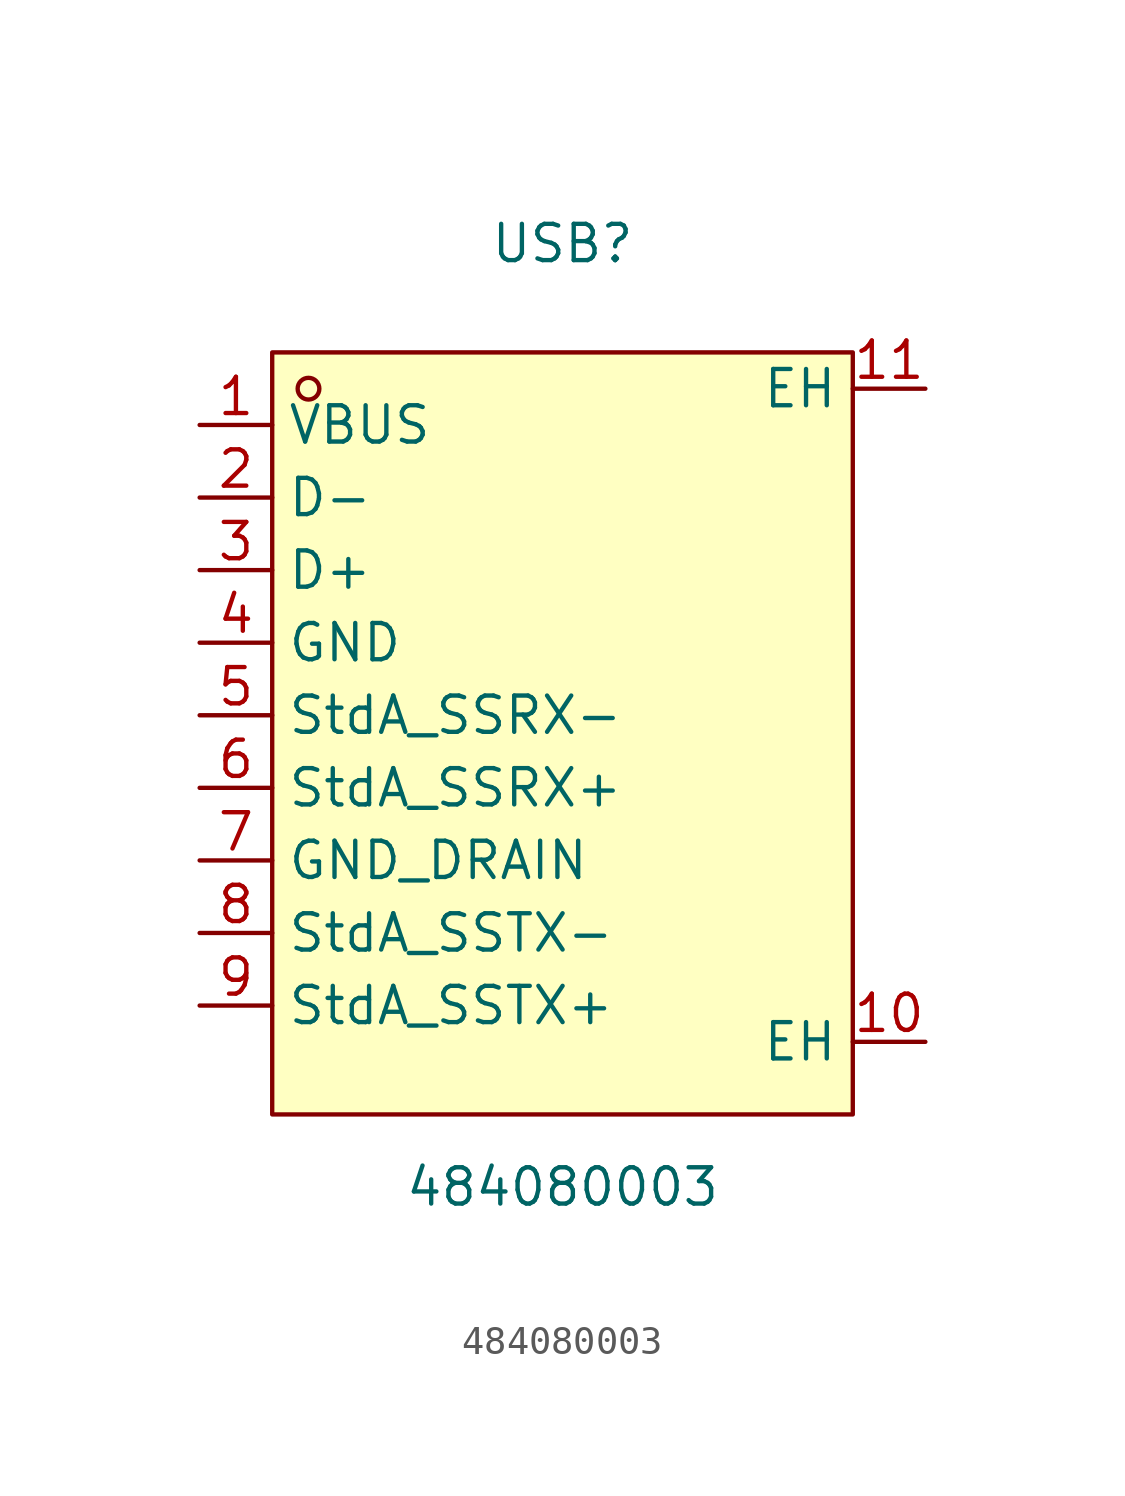
<source format=kicad_sym>
(kicad_symbol_lib
  (version 20211014)
  (generator https://github.com/uPesy/easyeda2kicad.py)
  (symbol "484080003"
    (property "Reference" "USB"
      (at 0 17.78 0)
      (effects (font (size 1.27 1.27))))
    (property "Value" "484080003"
      (at 0 -15.24 0)
      (effects (font (size 1.27 1.27))))
    (symbol "484080003_0_1"
      (rectangle (start -10.16 13.97) (end 10.16 -12.70) (stroke (width 0) (type default) (color 0 0 0 0)) (fill (type background)))
      (circle (center -8.89 12.70) (radius 0.38) (stroke (width 0) (type default) (color 0 0 0 0)) (fill (type none)))
      (pin unspecified line (at -12.70 11.43 0) (length 2.54) (name "VBUS" (effects (font (size 1.27 1.27)))) (number "1" (effects (font (size 1.27 1.27)))))
      (pin unspecified line (at -12.70 8.89 0) (length 2.54) (name "D-" (effects (font (size 1.27 1.27)))) (number "2" (effects (font (size 1.27 1.27)))))
      (pin unspecified line (at -12.70 6.35 0) (length 2.54) (name "D+" (effects (font (size 1.27 1.27)))) (number "3" (effects (font (size 1.27 1.27)))))
      (pin unspecified line (at -12.70 3.81 0) (length 2.54) (name "GND" (effects (font (size 1.27 1.27)))) (number "4" (effects (font (size 1.27 1.27)))))
      (pin unspecified line (at -12.70 1.27 0) (length 2.54) (name "StdA_SSRX-" (effects (font (size 1.27 1.27)))) (number "5" (effects (font (size 1.27 1.27)))))
      (pin unspecified line (at -12.70 -1.27 0) (length 2.54) (name "StdA_SSRX+" (effects (font (size 1.27 1.27)))) (number "6" (effects (font (size 1.27 1.27)))))
      (pin unspecified line (at -12.70 -3.81 0) (length 2.54) (name "GND_DRAIN" (effects (font (size 1.27 1.27)))) (number "7" (effects (font (size 1.27 1.27)))))
      (pin unspecified line (at -12.70 -6.35 0) (length 2.54) (name "StdA_SSTX-" (effects (font (size 1.27 1.27)))) (number "8" (effects (font (size 1.27 1.27)))))
      (pin unspecified line (at -12.70 -8.89 0) (length 2.54) (name "StdA_SSTX+" (effects (font (size 1.27 1.27)))) (number "9" (effects (font (size 1.27 1.27)))))
      (pin unspecified line (at 12.70 -10.16 180) (length 2.54) (name "EH" (effects (font (size 1.27 1.27)))) (number "10" (effects (font (size 1.27 1.27)))))
      (pin unspecified line (at 12.70 12.70 180) (length 2.54) (name "EH" (effects (font (size 1.27 1.27)))) (number "11" (effects (font (size 1.27 1.27))))))))
</source>
